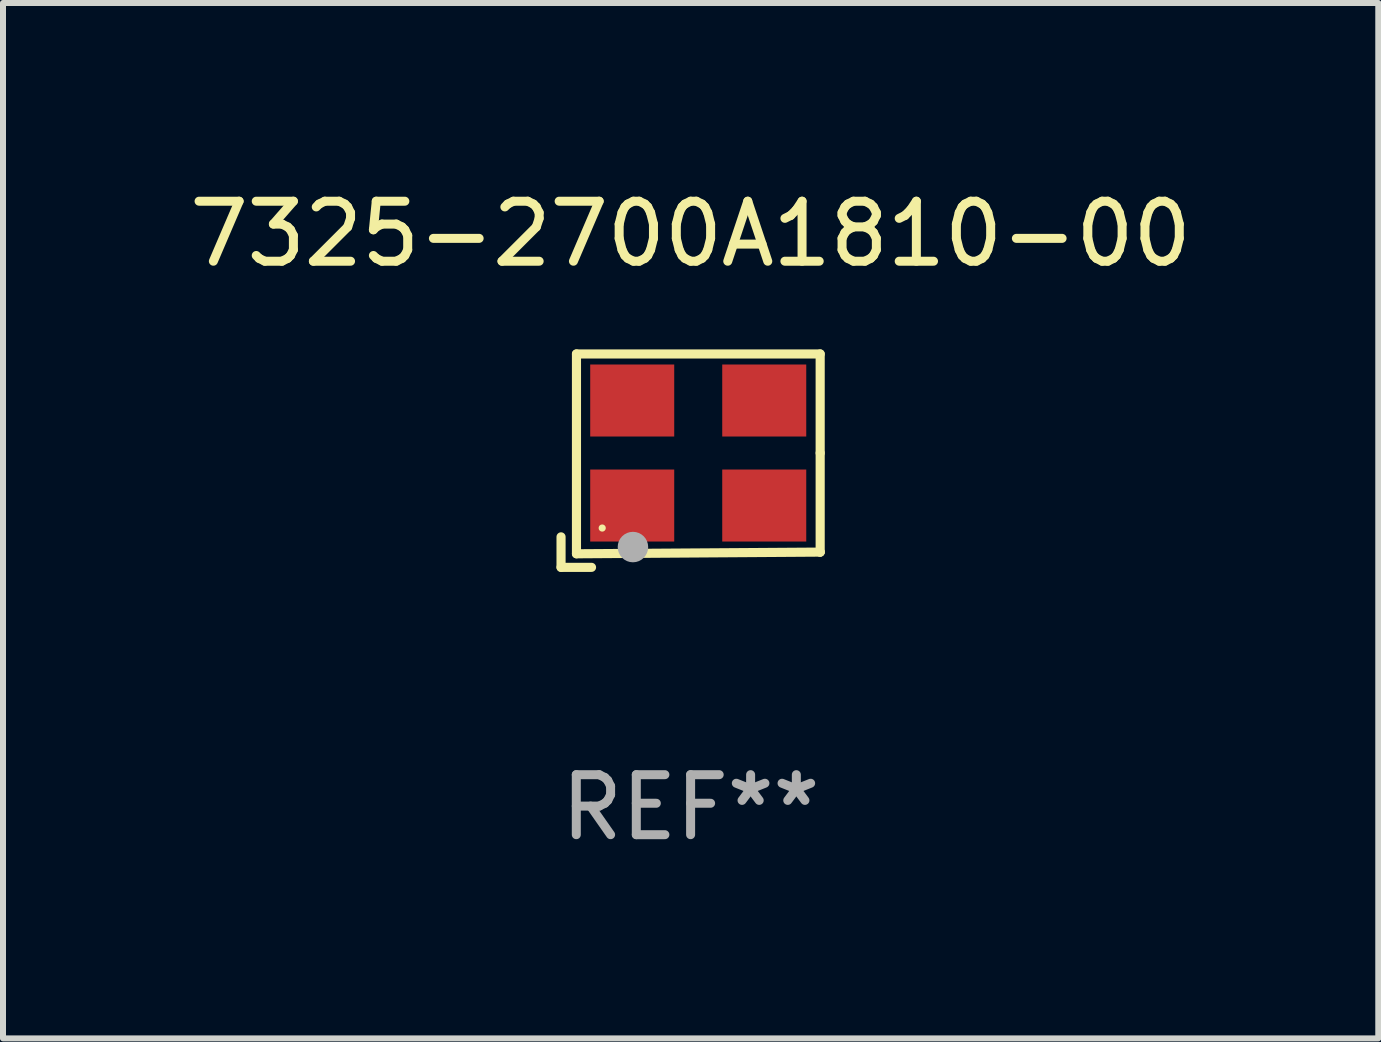
<source format=kicad_pcb>
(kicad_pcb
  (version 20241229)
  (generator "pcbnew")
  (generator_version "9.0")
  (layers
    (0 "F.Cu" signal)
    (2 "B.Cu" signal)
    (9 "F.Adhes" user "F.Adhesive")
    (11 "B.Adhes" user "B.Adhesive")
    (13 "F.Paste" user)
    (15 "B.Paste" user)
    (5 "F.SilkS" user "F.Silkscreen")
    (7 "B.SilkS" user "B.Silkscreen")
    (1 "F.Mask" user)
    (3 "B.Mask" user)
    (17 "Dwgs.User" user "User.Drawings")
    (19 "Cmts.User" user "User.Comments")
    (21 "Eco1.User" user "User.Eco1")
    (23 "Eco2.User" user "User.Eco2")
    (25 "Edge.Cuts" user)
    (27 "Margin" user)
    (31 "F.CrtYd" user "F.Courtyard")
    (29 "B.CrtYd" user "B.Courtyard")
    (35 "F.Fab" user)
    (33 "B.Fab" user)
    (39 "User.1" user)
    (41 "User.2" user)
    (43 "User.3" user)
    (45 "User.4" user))
  (footprint "7325-2700A1810-00"
    (layer "F.Cu")
    (at 8.458 4.626)
    (property "Reference" "7325-2700A1810-00" (at 0 -3.778 0) (layer "F.SilkS") (effects (font (size 1 1) (thickness 0.15))))
    (attr through_hole)
    (fp_line (start -2.159 1.27) (end -2.159 1.778) (stroke (width 0.152) (type solid)) (layer "F.SilkS"))
    (fp_line (start -2.159 1.778) (end -1.651 1.778) (stroke (width 0.152) (type solid)) (layer "F.SilkS"))
    (fp_line (start -1.902 -1.778) (end 2.159 -1.778) (stroke (width 0.152) (type solid)) (layer "F.SilkS"))
    (fp_line (start -1.902 1.552) (end -1.902 -1.778) (stroke (width 0.152) (type solid)) (layer "F.SilkS"))
    (fp_line (start 2.159 -1.778) (end 2.159 -0.127) (stroke (width 0.152) (type solid)) (layer "F.SilkS"))
    (fp_line (start 2.159 -0.127) (end 2.159 1.524) (stroke (width 0.152) (type solid)) (layer "F.SilkS"))
    (fp_line (start 2.159 1.524) (end -1.902 1.552) (stroke (width 0.152) (type solid)) (layer "F.SilkS"))
    (fp_line (start 2.159 1.524) (end 2.159 1.524) (stroke (width 0.152) (type solid)) (layer "F.SilkS"))
    (fp_circle (center -1.473 1.123) (end -1.443 1.123) (stroke (width 0.06) (type solid)) (fill no) (layer "F.SilkS"))
    (fp_circle (center -0.961 1.44) (end -0.834 1.44) (stroke (width 0.254) (type solid)) (fill no) (layer "F.Fab"))
    (fp_text user "REF**" (at 0 5.778 0) (layer "F.Fab") (effects (font (size 1 1) (thickness 0.15))))
    (pad "1" smd rect (at -0.973 0.748) (size 1.4 1.2) (layers "F.Cu" "F.Mask" "F.Paste"))
    (pad "2" smd rect (at 1.227 0.748) (size 1.4 1.2) (layers "F.Cu" "F.Mask" "F.Paste"))
    (pad "3" smd rect (at 1.227 -1.002) (size 1.4 1.2) (layers "F.Cu" "F.Mask" "F.Paste"))
    (pad "4" smd rect (at -0.973 -1.002) (size 1.4 1.2) (layers "F.Cu" "F.Mask" "F.Paste")))
  (gr_rect
    (start -3 -3)
    (end 19.917 14.253)
    (stroke (width 0.1) (type default))
    (fill no)
    (layer "Edge.Cuts")))
</source>
